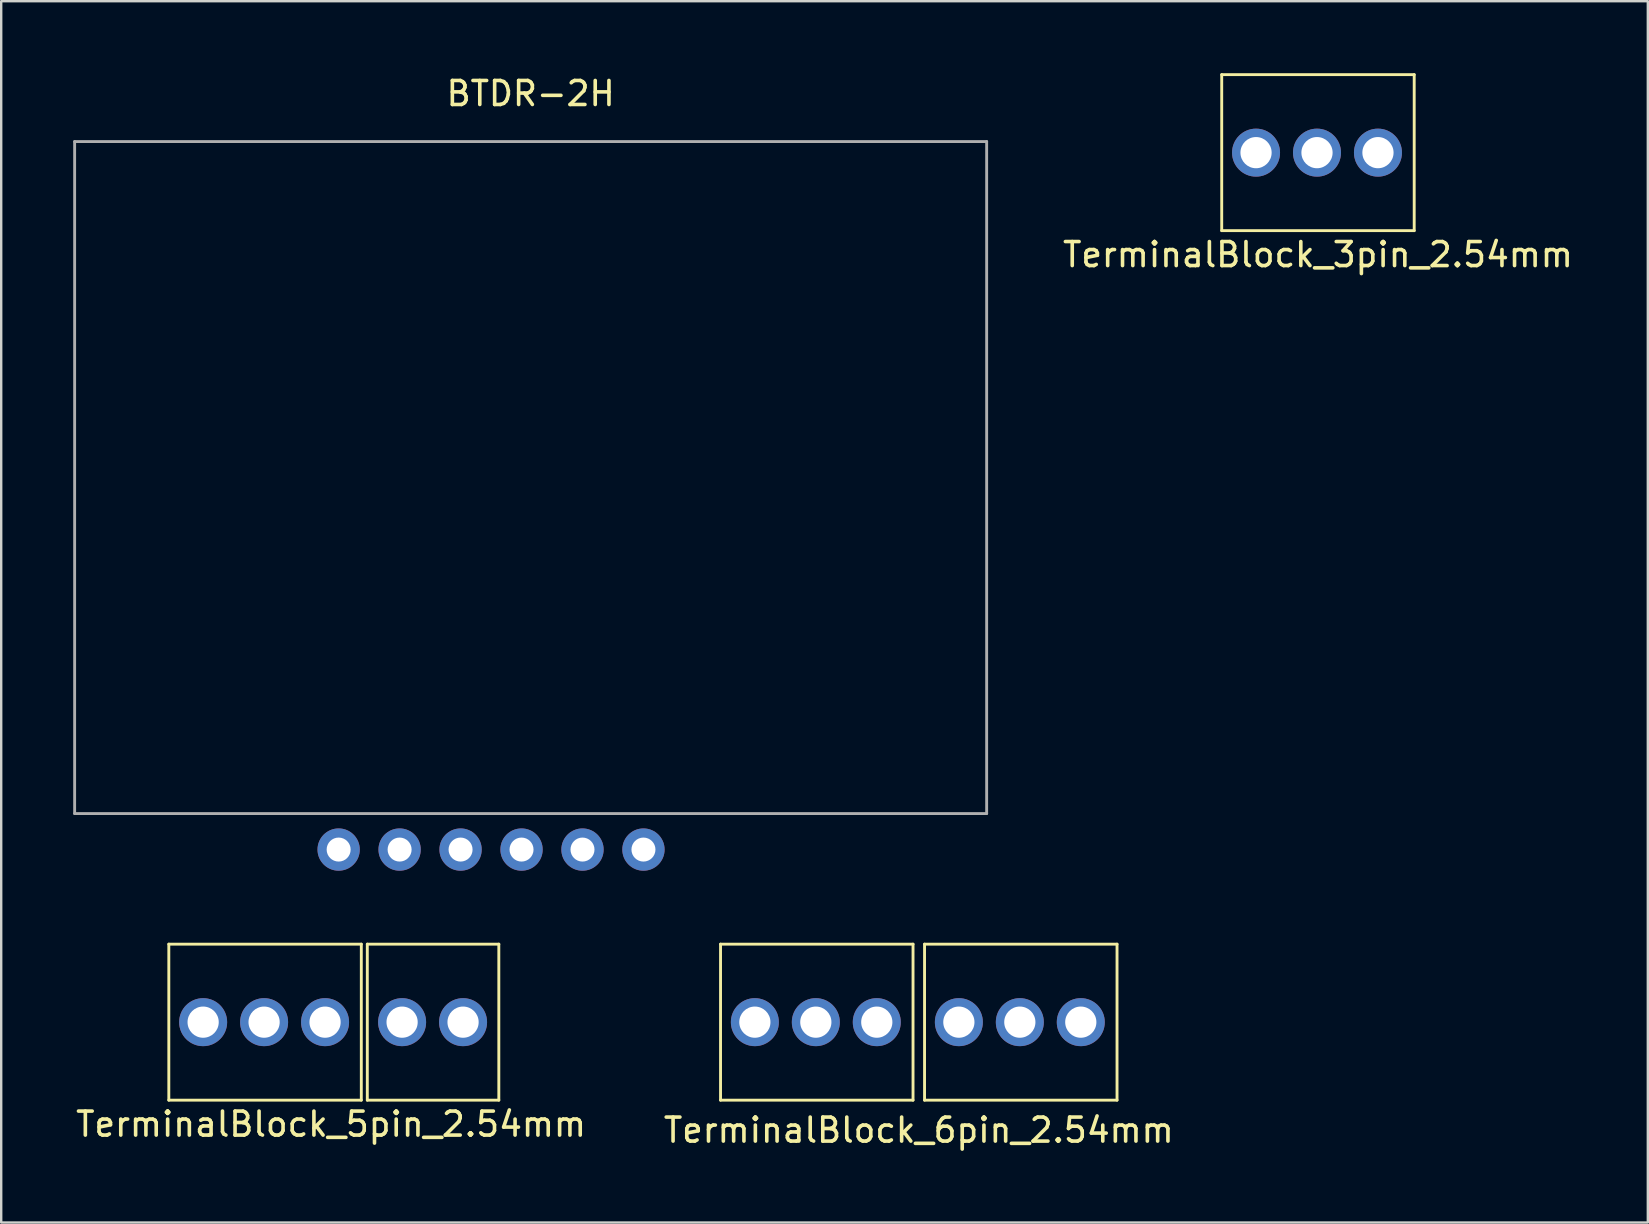
<source format=kicad_pcb>
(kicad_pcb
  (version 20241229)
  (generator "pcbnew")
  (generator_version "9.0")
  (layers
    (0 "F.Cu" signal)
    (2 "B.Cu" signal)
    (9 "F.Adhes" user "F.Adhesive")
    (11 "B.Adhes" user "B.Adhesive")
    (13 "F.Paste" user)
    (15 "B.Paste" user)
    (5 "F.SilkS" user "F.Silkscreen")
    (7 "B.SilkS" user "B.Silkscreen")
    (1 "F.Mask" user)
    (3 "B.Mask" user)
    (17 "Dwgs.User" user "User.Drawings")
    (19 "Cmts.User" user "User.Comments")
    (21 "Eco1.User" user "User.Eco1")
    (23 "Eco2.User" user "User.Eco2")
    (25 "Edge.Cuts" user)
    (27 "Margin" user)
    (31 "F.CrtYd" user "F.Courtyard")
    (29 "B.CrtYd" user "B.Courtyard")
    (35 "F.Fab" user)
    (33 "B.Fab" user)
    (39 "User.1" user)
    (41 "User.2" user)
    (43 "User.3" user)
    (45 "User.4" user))
  (footprint "TerminalBlock_3pin_2.54mm"
    (layer "F.Cu")
    (at 51.864 3.31)
    (property "Reference" "TerminalBlock_3pin_2.54mm" (at 0 4.25 0) (layer "F.SilkS") (effects (font (size 1 1) (thickness 0.15))))
    (attr through_hole)
    (fp_line (start -4.01 -3.25) (end -4.01 3.25) (stroke (width 0.12) (type solid)) (layer "F.SilkS"))
    (fp_line (start -4.01 -3.25) (end 4.01 -3.25) (stroke (width 0.12) (type solid)) (layer "F.SilkS"))
    (fp_line (start -4.01 3.25) (end 4.01 3.25) (stroke (width 0.12) (type solid)) (layer "F.SilkS"))
    (fp_line (start 4.01 -3.25) (end 4.01 3.25) (stroke (width 0.12) (type solid)) (layer "F.SilkS"))
    (pad "1" thru_hole circle (at -2.58 0) (size 2 2) (drill 1.3) (layers "*.Cu" "*.Mask"))
    (pad "2" thru_hole circle (at -0.04 0) (size 2 2) (drill 1.3) (layers "*.Cu" "*.Mask"))
    (pad "3" thru_hole circle (at 2.5 0) (size 2 2) (drill 1.3) (layers "*.Cu" "*.Mask")))
  (footprint "TerminalBlock_6pin_2.54mm"
    (layer "F.Cu")
    (at 35.232 39.539)
    (property "Reference" "TerminalBlock_6pin_2.54mm" (at 0 4.5 0) (layer "F.SilkS") (effects (font (size 1 1) (thickness 0.15))))
    (attr through_hole)
    (fp_line (start -8.26 -3.25) (end -8.26 3.25) (stroke (width 0.12) (type solid)) (layer "F.SilkS"))
    (fp_line (start -8.26 -3.25) (end -0.24 -3.25) (stroke (width 0.12) (type solid)) (layer "F.SilkS"))
    (fp_line (start -8.26 3.25) (end -0.24 3.25) (stroke (width 0.12) (type solid)) (layer "F.SilkS"))
    (fp_line (start -0.24 -3.25) (end -0.24 3.25) (stroke (width 0.12) (type solid)) (layer "F.SilkS"))
    (fp_line (start 0.24 -3.25) (end 0.24 3.25) (stroke (width 0.12) (type solid)) (layer "F.SilkS"))
    (fp_line (start 0.24 -3.25) (end 8.26 -3.25) (stroke (width 0.12) (type solid)) (layer "F.SilkS"))
    (fp_line (start 0.24 3.25) (end 8.26 3.25) (stroke (width 0.12) (type solid)) (layer "F.SilkS"))
    (fp_line (start 8.26 -3.25) (end 8.26 3.25) (stroke (width 0.12) (type solid)) (layer "F.SilkS"))
    (pad "1" thru_hole circle (at -6.83 0) (size 2 2) (drill 1.3) (layers "*.Cu" "*.Mask"))
    (pad "2" thru_hole circle (at -4.29 0) (size 2 2) (drill 1.3) (layers "*.Cu" "*.Mask"))
    (pad "3" thru_hole circle (at -1.75 0) (size 2 2) (drill 1.3) (layers "*.Cu" "*.Mask"))
    (pad "4" thru_hole circle (at 1.67 0) (size 2 2) (drill 1.3) (layers "*.Cu" "*.Mask"))
    (pad "5" thru_hole circle (at 4.21 0) (size 2 2) (drill 1.3) (layers "*.Cu" "*.Mask"))
    (pad "6" thru_hole circle (at 6.75 0) (size 2 2) (drill 1.3) (layers "*.Cu" "*.Mask")))
  (footprint "BTDR-2H"
    (layer "F.Cu")
    (at 19.06 16.848)
    (property "Reference" "BTDR-2H" (at 0 -16 0) (layer "F.SilkS") (effects (font (size 1 1) (thickness 0.15))))
    (attr through_hole)
    (fp_line (start -19 -14) (end 19 -14) (stroke (width 0.12) (type solid)) (layer "F.Fab"))
    (fp_line (start -19 14) (end -19 -14) (stroke (width 0.12) (type solid)) (layer "F.Fab"))
    (fp_line (start -19 14) (end 19 14) (stroke (width 0.12) (type solid)) (layer "F.Fab"))
    (fp_line (start 19 14) (end 19 -14) (stroke (width 0.12) (type solid)) (layer "F.Fab"))
    (pad "1" thru_hole circle (at 4.7 15.5) (size 1.762 1.762) (drill 1) (layers "*.Cu" "*.Mask"))
    (pad "2" thru_hole circle (at 2.16 15.5) (size 1.762 1.762) (drill 1) (layers "*.Cu" "*.Mask"))
    (pad "3" thru_hole circle (at -0.38 15.5) (size 1.762 1.762) (drill 1) (layers "*.Cu" "*.Mask"))
    (pad "4" thru_hole circle (at -2.92 15.5) (size 1.762 1.762) (drill 1) (layers "*.Cu" "*.Mask"))
    (pad "5" thru_hole circle (at -5.46 15.5) (size 1.762 1.762) (drill 1) (layers "*.Cu" "*.Mask"))
    (pad "6" thru_hole circle (at -8 15.5) (size 1.762 1.762) (drill 1) (layers "*.Cu" "*.Mask")))
  (footprint "TerminalBlock_5pin_2.54mm"
    (layer "F.Cu")
    (at 10.744 39.539)
    (property "Reference" "TerminalBlock_5pin_2.54mm" (at 0 4.25 0) (layer "F.SilkS") (effects (font (size 1 1) (thickness 0.15))))
    (attr through_hole)
    (fp_line (start -6.76 -3.25) (end -6.76 3.25) (stroke (width 0.12) (type solid)) (layer "F.SilkS"))
    (fp_line (start -6.76 -3.25) (end 1.26 -3.25) (stroke (width 0.12) (type solid)) (layer "F.SilkS"))
    (fp_line (start -6.76 3.25) (end 1.26 3.25) (stroke (width 0.12) (type solid)) (layer "F.SilkS"))
    (fp_line (start 1.26 -3.25) (end 1.26 3.25) (stroke (width 0.12) (type solid)) (layer "F.SilkS"))
    (fp_line (start 1.51 -3.25) (end 1.51 3.25) (stroke (width 0.12) (type solid)) (layer "F.SilkS"))
    (fp_line (start 1.51 -3.25) (end 6.99 -3.25) (stroke (width 0.12) (type solid)) (layer "F.SilkS"))
    (fp_line (start 1.51 3.25) (end 6.99 3.25) (stroke (width 0.12) (type solid)) (layer "F.SilkS"))
    (fp_line (start 6.99 -3.25) (end 6.99 3.25) (stroke (width 0.12) (type solid)) (layer "F.SilkS"))
    (pad "1" thru_hole circle (at -5.33 0) (size 2 2) (drill 1.3) (layers "*.Cu" "*.Mask"))
    (pad "2" thru_hole circle (at -2.79 0) (size 2 2) (drill 1.3) (layers "*.Cu" "*.Mask"))
    (pad "3" thru_hole circle (at -0.25 0) (size 2 2) (drill 1.3) (layers "*.Cu" "*.Mask"))
    (pad "4" thru_hole circle (at 2.96 0) (size 2 2) (drill 1.3) (layers "*.Cu" "*.Mask"))
    (pad "5" thru_hole circle (at 5.5 0) (size 2 2) (drill 1.3) (layers "*.Cu" "*.Mask")))
  (gr_rect
    (start -3 -3)
    (end 65.608 47.888)
    (stroke (width 0.1) (type default))
    (fill no)
    (layer "Edge.Cuts")))
</source>
